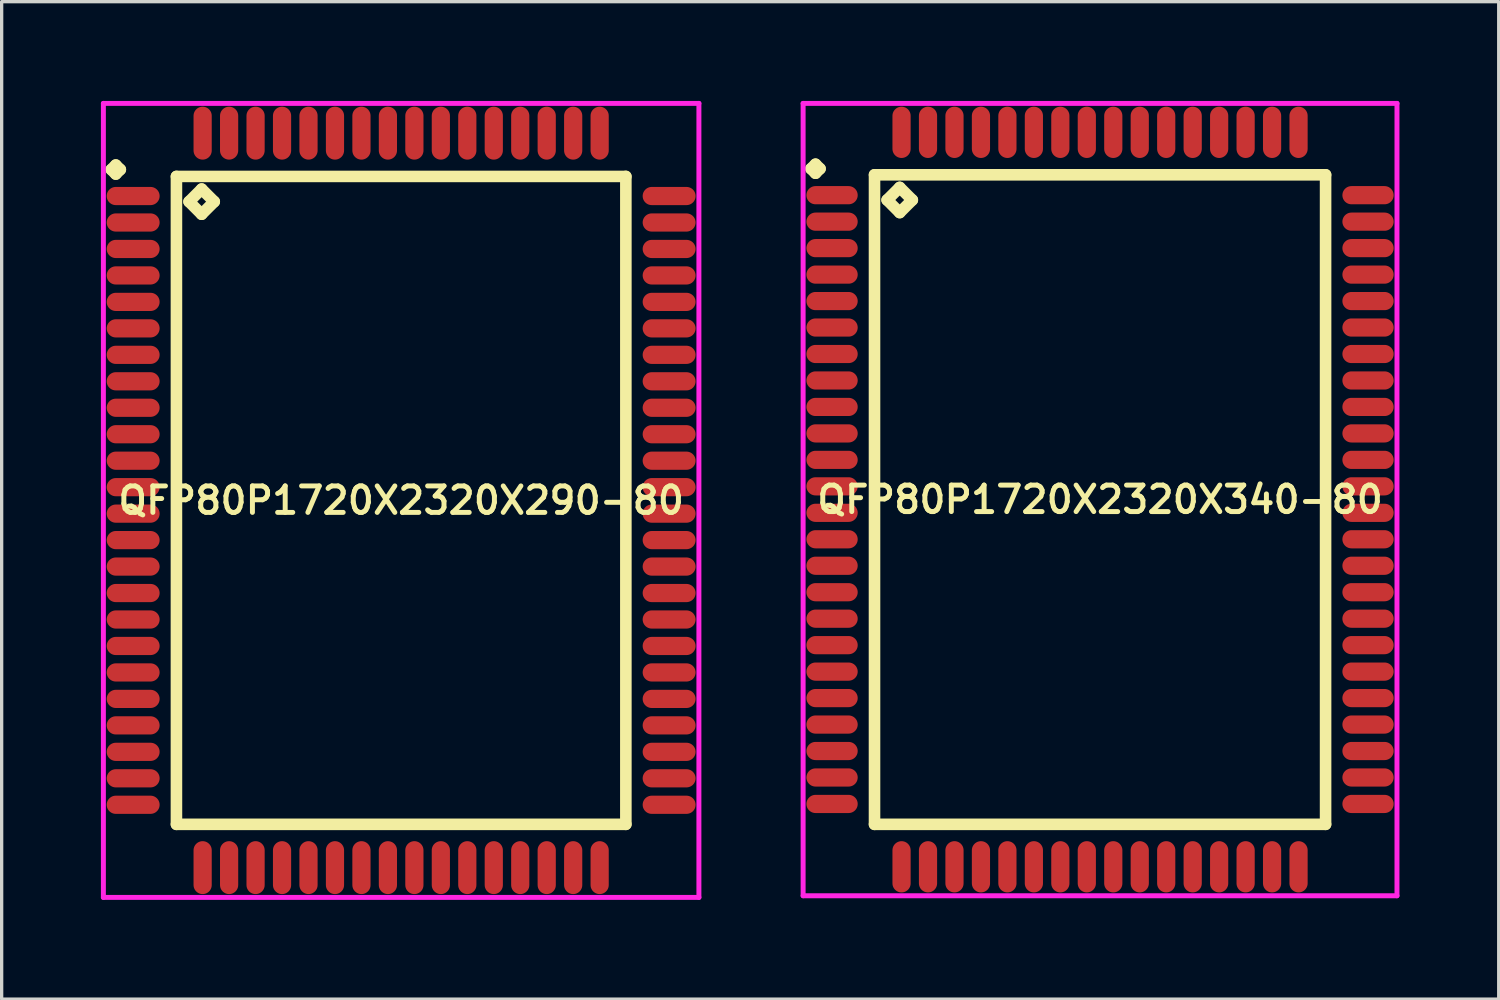
<source format=kicad_pcb>
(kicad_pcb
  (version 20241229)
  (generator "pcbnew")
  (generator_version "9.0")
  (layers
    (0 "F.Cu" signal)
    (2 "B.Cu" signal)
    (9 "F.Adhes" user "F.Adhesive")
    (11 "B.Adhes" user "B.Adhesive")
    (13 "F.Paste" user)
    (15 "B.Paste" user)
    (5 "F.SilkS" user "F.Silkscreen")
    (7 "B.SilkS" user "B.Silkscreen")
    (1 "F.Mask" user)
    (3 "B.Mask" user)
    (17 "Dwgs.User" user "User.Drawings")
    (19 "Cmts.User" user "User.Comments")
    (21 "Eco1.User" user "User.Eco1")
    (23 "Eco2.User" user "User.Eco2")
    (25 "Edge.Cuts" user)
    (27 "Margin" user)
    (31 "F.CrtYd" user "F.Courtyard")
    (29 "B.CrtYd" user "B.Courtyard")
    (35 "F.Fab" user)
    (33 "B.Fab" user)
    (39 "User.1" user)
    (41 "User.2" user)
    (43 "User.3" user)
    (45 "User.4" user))
  (footprint "QFP80P1720X2320X290-80"
    (layer "F.Cu")
    (at 9.075 12.075)
    (property "Reference" "QFP80P1720X2320X290-80" (at 0 0 0) (layer "F.SilkS") (effects (font (size 0.8 0.8) (thickness 0.15))))
    (attr smd)
    (fp_line (start -8.762 -10) (end -8.625 -10.137) (stroke (width 0.35) (type solid)) (layer "F.SilkS"))
    (fp_line (start -8.625 -10.137) (end -8.488 -10) (stroke (width 0.35) (type solid)) (layer "F.SilkS"))
    (fp_line (start -8.625 -9.863) (end -8.762 -10) (stroke (width 0.35) (type solid)) (layer "F.SilkS"))
    (fp_line (start -8.488 -10) (end -8.625 -9.863) (stroke (width 0.35) (type solid)) (layer "F.SilkS"))
    (fp_line (start -6.792 -9.792) (end -6.792 9.792) (stroke (width 0.35) (type solid)) (layer "F.SilkS"))
    (fp_line (start -6.792 9.792) (end 6.792 9.792) (stroke (width 0.35) (type solid)) (layer "F.SilkS"))
    (fp_line (start -6.411 -9.03) (end -6.03 -9.411) (stroke (width 0.35) (type solid)) (layer "F.SilkS"))
    (fp_line (start -6.03 -9.411) (end -5.649 -9.03) (stroke (width 0.35) (type solid)) (layer "F.SilkS"))
    (fp_line (start -6.03 -8.649) (end -6.411 -9.03) (stroke (width 0.35) (type solid)) (layer "F.SilkS"))
    (fp_line (start -5.649 -9.03) (end -6.03 -8.649) (stroke (width 0.35) (type solid)) (layer "F.SilkS"))
    (fp_line (start 6.792 -9.792) (end -6.792 -9.792) (stroke (width 0.35) (type solid)) (layer "F.SilkS"))
    (fp_line (start 6.792 9.792) (end 6.792 -9.792) (stroke (width 0.35) (type solid)) (layer "F.SilkS"))
    (fp_line (start -9 -12) (end 9 -12) (stroke (width 0.15) (type solid)) (layer "F.CrtYd"))
    (fp_line (start -9 12) (end -9 -12) (stroke (width 0.15) (type solid)) (layer "F.CrtYd"))
    (fp_line (start 9 -12) (end 9 12) (stroke (width 0.15) (type solid)) (layer "F.CrtYd"))
    (fp_line (start 9 12) (end -9 12) (stroke (width 0.15) (type solid)) (layer "F.CrtYd"))
    (pad "1" smd oval (at -8.1 -9.2) (size 1.6 0.55) (layers "F.Cu" "F.Mask" "F.Paste"))
    (pad "2" smd oval (at -8.1 -8.4) (size 1.6 0.55) (layers "F.Cu" "F.Mask" "F.Paste"))
    (pad "3" smd oval (at -8.1 -7.6) (size 1.6 0.55) (layers "F.Cu" "F.Mask" "F.Paste"))
    (pad "4" smd oval (at -8.1 -6.8) (size 1.6 0.55) (layers "F.Cu" "F.Mask" "F.Paste"))
    (pad "5" smd oval (at -8.1 -6) (size 1.6 0.55) (layers "F.Cu" "F.Mask" "F.Paste"))
    (pad "6" smd oval (at -8.1 -5.2) (size 1.6 0.55) (layers "F.Cu" "F.Mask" "F.Paste"))
    (pad "7" smd oval (at -8.1 -4.4) (size 1.6 0.55) (layers "F.Cu" "F.Mask" "F.Paste"))
    (pad "8" smd oval (at -8.1 -3.6) (size 1.6 0.55) (layers "F.Cu" "F.Mask" "F.Paste"))
    (pad "9" smd oval (at -8.1 -2.8) (size 1.6 0.55) (layers "F.Cu" "F.Mask" "F.Paste"))
    (pad "10" smd oval (at -8.1 -2) (size 1.6 0.55) (layers "F.Cu" "F.Mask" "F.Paste"))
    (pad "11" smd oval (at -8.1 -1.2) (size 1.6 0.55) (layers "F.Cu" "F.Mask" "F.Paste"))
    (pad "12" smd oval (at -8.1 -0.4) (size 1.6 0.55) (layers "F.Cu" "F.Mask" "F.Paste"))
    (pad "13" smd oval (at -8.1 0.4) (size 1.6 0.55) (layers "F.Cu" "F.Mask" "F.Paste"))
    (pad "14" smd oval (at -8.1 1.2) (size 1.6 0.55) (layers "F.Cu" "F.Mask" "F.Paste"))
    (pad "15" smd oval (at -8.1 2) (size 1.6 0.55) (layers "F.Cu" "F.Mask" "F.Paste"))
    (pad "16" smd oval (at -8.1 2.8) (size 1.6 0.55) (layers "F.Cu" "F.Mask" "F.Paste"))
    (pad "17" smd oval (at -8.1 3.6) (size 1.6 0.55) (layers "F.Cu" "F.Mask" "F.Paste"))
    (pad "18" smd oval (at -8.1 4.4) (size 1.6 0.55) (layers "F.Cu" "F.Mask" "F.Paste"))
    (pad "19" smd oval (at -8.1 5.2) (size 1.6 0.55) (layers "F.Cu" "F.Mask" "F.Paste"))
    (pad "20" smd oval (at -8.1 6) (size 1.6 0.55) (layers "F.Cu" "F.Mask" "F.Paste"))
    (pad "21" smd oval (at -8.1 6.8) (size 1.6 0.55) (layers "F.Cu" "F.Mask" "F.Paste"))
    (pad "22" smd oval (at -8.1 7.6) (size 1.6 0.55) (layers "F.Cu" "F.Mask" "F.Paste"))
    (pad "23" smd oval (at -8.1 8.4) (size 1.6 0.55) (layers "F.Cu" "F.Mask" "F.Paste"))
    (pad "24" smd oval (at -8.1 9.2) (size 1.6 0.55) (layers "F.Cu" "F.Mask" "F.Paste"))
    (pad "25" smd oval (at -6 11.1) (size 0.55 1.6) (layers "F.Cu" "F.Mask" "F.Paste"))
    (pad "26" smd oval (at -5.2 11.1) (size 0.55 1.6) (layers "F.Cu" "F.Mask" "F.Paste"))
    (pad "27" smd oval (at -4.4 11.1) (size 0.55 1.6) (layers "F.Cu" "F.Mask" "F.Paste"))
    (pad "28" smd oval (at -3.6 11.1) (size 0.55 1.6) (layers "F.Cu" "F.Mask" "F.Paste"))
    (pad "29" smd oval (at -2.8 11.1) (size 0.55 1.6) (layers "F.Cu" "F.Mask" "F.Paste"))
    (pad "30" smd oval (at -2 11.1) (size 0.55 1.6) (layers "F.Cu" "F.Mask" "F.Paste"))
    (pad "31" smd oval (at -1.2 11.1) (size 0.55 1.6) (layers "F.Cu" "F.Mask" "F.Paste"))
    (pad "32" smd oval (at -0.4 11.1) (size 0.55 1.6) (layers "F.Cu" "F.Mask" "F.Paste"))
    (pad "33" smd oval (at 0.4 11.1) (size 0.55 1.6) (layers "F.Cu" "F.Mask" "F.Paste"))
    (pad "34" smd oval (at 1.2 11.1) (size 0.55 1.6) (layers "F.Cu" "F.Mask" "F.Paste"))
    (pad "35" smd oval (at 2 11.1) (size 0.55 1.6) (layers "F.Cu" "F.Mask" "F.Paste"))
    (pad "36" smd oval (at 2.8 11.1) (size 0.55 1.6) (layers "F.Cu" "F.Mask" "F.Paste"))
    (pad "37" smd oval (at 3.6 11.1) (size 0.55 1.6) (layers "F.Cu" "F.Mask" "F.Paste"))
    (pad "38" smd oval (at 4.4 11.1) (size 0.55 1.6) (layers "F.Cu" "F.Mask" "F.Paste"))
    (pad "39" smd oval (at 5.2 11.1) (size 0.55 1.6) (layers "F.Cu" "F.Mask" "F.Paste"))
    (pad "40" smd oval (at 6 11.1) (size 0.55 1.6) (layers "F.Cu" "F.Mask" "F.Paste"))
    (pad "41" smd oval (at 8.1 9.2) (size 1.6 0.55) (layers "F.Cu" "F.Mask" "F.Paste"))
    (pad "42" smd oval (at 8.1 8.4) (size 1.6 0.55) (layers "F.Cu" "F.Mask" "F.Paste"))
    (pad "43" smd oval (at 8.1 7.6) (size 1.6 0.55) (layers "F.Cu" "F.Mask" "F.Paste"))
    (pad "44" smd oval (at 8.1 6.8) (size 1.6 0.55) (layers "F.Cu" "F.Mask" "F.Paste"))
    (pad "45" smd oval (at 8.1 6) (size 1.6 0.55) (layers "F.Cu" "F.Mask" "F.Paste"))
    (pad "46" smd oval (at 8.1 5.2) (size 1.6 0.55) (layers "F.Cu" "F.Mask" "F.Paste"))
    (pad "47" smd oval (at 8.1 4.4) (size 1.6 0.55) (layers "F.Cu" "F.Mask" "F.Paste"))
    (pad "48" smd oval (at 8.1 3.6) (size 1.6 0.55) (layers "F.Cu" "F.Mask" "F.Paste"))
    (pad "49" smd oval (at 8.1 2.8) (size 1.6 0.55) (layers "F.Cu" "F.Mask" "F.Paste"))
    (pad "50" smd oval (at 8.1 2) (size 1.6 0.55) (layers "F.Cu" "F.Mask" "F.Paste"))
    (pad "51" smd oval (at 8.1 1.2) (size 1.6 0.55) (layers "F.Cu" "F.Mask" "F.Paste"))
    (pad "52" smd oval (at 8.1 0.4) (size 1.6 0.55) (layers "F.Cu" "F.Mask" "F.Paste"))
    (pad "53" smd oval (at 8.1 -0.4) (size 1.6 0.55) (layers "F.Cu" "F.Mask" "F.Paste"))
    (pad "54" smd oval (at 8.1 -1.2) (size 1.6 0.55) (layers "F.Cu" "F.Mask" "F.Paste"))
    (pad "55" smd oval (at 8.1 -2) (size 1.6 0.55) (layers "F.Cu" "F.Mask" "F.Paste"))
    (pad "56" smd oval (at 8.1 -2.8) (size 1.6 0.55) (layers "F.Cu" "F.Mask" "F.Paste"))
    (pad "57" smd oval (at 8.1 -3.6) (size 1.6 0.55) (layers "F.Cu" "F.Mask" "F.Paste"))
    (pad "58" smd oval (at 8.1 -4.4) (size 1.6 0.55) (layers "F.Cu" "F.Mask" "F.Paste"))
    (pad "59" smd oval (at 8.1 -5.2) (size 1.6 0.55) (layers "F.Cu" "F.Mask" "F.Paste"))
    (pad "60" smd oval (at 8.1 -6) (size 1.6 0.55) (layers "F.Cu" "F.Mask" "F.Paste"))
    (pad "61" smd oval (at 8.1 -6.8) (size 1.6 0.55) (layers "F.Cu" "F.Mask" "F.Paste"))
    (pad "62" smd oval (at 8.1 -7.6) (size 1.6 0.55) (layers "F.Cu" "F.Mask" "F.Paste"))
    (pad "63" smd oval (at 8.1 -8.4) (size 1.6 0.55) (layers "F.Cu" "F.Mask" "F.Paste"))
    (pad "64" smd oval (at 8.1 -9.2) (size 1.6 0.55) (layers "F.Cu" "F.Mask" "F.Paste"))
    (pad "65" smd oval (at 6 -11.1) (size 0.55 1.6) (layers "F.Cu" "F.Mask" "F.Paste"))
    (pad "66" smd oval (at 5.2 -11.1) (size 0.55 1.6) (layers "F.Cu" "F.Mask" "F.Paste"))
    (pad "67" smd oval (at 4.4 -11.1) (size 0.55 1.6) (layers "F.Cu" "F.Mask" "F.Paste"))
    (pad "68" smd oval (at 3.6 -11.1) (size 0.55 1.6) (layers "F.Cu" "F.Mask" "F.Paste"))
    (pad "69" smd oval (at 2.8 -11.1) (size 0.55 1.6) (layers "F.Cu" "F.Mask" "F.Paste"))
    (pad "70" smd oval (at 2 -11.1) (size 0.55 1.6) (layers "F.Cu" "F.Mask" "F.Paste"))
    (pad "71" smd oval (at 1.2 -11.1) (size 0.55 1.6) (layers "F.Cu" "F.Mask" "F.Paste"))
    (pad "72" smd oval (at 0.4 -11.1) (size 0.55 1.6) (layers "F.Cu" "F.Mask" "F.Paste"))
    (pad "73" smd oval (at -0.4 -11.1) (size 0.55 1.6) (layers "F.Cu" "F.Mask" "F.Paste"))
    (pad "74" smd oval (at -1.2 -11.1) (size 0.55 1.6) (layers "F.Cu" "F.Mask" "F.Paste"))
    (pad "75" smd oval (at -2 -11.1) (size 0.55 1.6) (layers "F.Cu" "F.Mask" "F.Paste"))
    (pad "76" smd oval (at -2.8 -11.1) (size 0.55 1.6) (layers "F.Cu" "F.Mask" "F.Paste"))
    (pad "77" smd oval (at -3.6 -11.1) (size 0.55 1.6) (layers "F.Cu" "F.Mask" "F.Paste"))
    (pad "78" smd oval (at -4.4 -11.1) (size 0.55 1.6) (layers "F.Cu" "F.Mask" "F.Paste"))
    (pad "79" smd oval (at -5.2 -11.1) (size 0.55 1.6) (layers "F.Cu" "F.Mask" "F.Paste"))
    (pad "80" smd oval (at -6 -11.1) (size 0.55 1.6) (layers "F.Cu" "F.Mask" "F.Paste")))
  (footprint "QFP80P1720X2320X340-80"
    (layer "F.Cu")
    (at 30.2 12.05)
    (property "Reference" "QFP80P1720X2320X340-80" (at 0 0 0) (layer "F.SilkS") (effects (font (size 0.8 0.8) (thickness 0.15))))
    (attr smd)
    (fp_line (start -8.738 -10) (end -8.6 -10.137) (stroke (width 0.35) (type solid)) (layer "F.SilkS"))
    (fp_line (start -8.6 -10.137) (end -8.463 -10) (stroke (width 0.35) (type solid)) (layer "F.SilkS"))
    (fp_line (start -8.6 -9.863) (end -8.738 -10) (stroke (width 0.35) (type solid)) (layer "F.SilkS"))
    (fp_line (start -8.463 -10) (end -8.6 -9.863) (stroke (width 0.35) (type solid)) (layer "F.SilkS"))
    (fp_line (start -6.817 -9.817) (end -6.817 9.817) (stroke (width 0.35) (type solid)) (layer "F.SilkS"))
    (fp_line (start -6.817 9.817) (end 6.817 9.817) (stroke (width 0.35) (type solid)) (layer "F.SilkS"))
    (fp_line (start -6.436 -9.055) (end -6.055 -9.436) (stroke (width 0.35) (type solid)) (layer "F.SilkS"))
    (fp_line (start -6.055 -9.436) (end -5.674 -9.055) (stroke (width 0.35) (type solid)) (layer "F.SilkS"))
    (fp_line (start -6.055 -8.674) (end -6.436 -9.055) (stroke (width 0.35) (type solid)) (layer "F.SilkS"))
    (fp_line (start -5.674 -9.055) (end -6.055 -8.674) (stroke (width 0.35) (type solid)) (layer "F.SilkS"))
    (fp_line (start 6.817 -9.817) (end -6.817 -9.817) (stroke (width 0.35) (type solid)) (layer "F.SilkS"))
    (fp_line (start 6.817 9.817) (end 6.817 -9.817) (stroke (width 0.35) (type solid)) (layer "F.SilkS"))
    (fp_line (start -8.975 -11.975) (end 8.975 -11.975) (stroke (width 0.15) (type solid)) (layer "F.CrtYd"))
    (fp_line (start -8.975 11.975) (end -8.975 -11.975) (stroke (width 0.15) (type solid)) (layer "F.CrtYd"))
    (fp_line (start 8.975 -11.975) (end 8.975 11.975) (stroke (width 0.15) (type solid)) (layer "F.CrtYd"))
    (fp_line (start 8.975 11.975) (end -8.975 11.975) (stroke (width 0.15) (type solid)) (layer "F.CrtYd"))
    (pad "1" smd oval (at -8.1 -9.2) (size 1.55 0.55) (layers "F.Cu" "F.Mask" "F.Paste"))
    (pad "2" smd oval (at -8.1 -8.4) (size 1.55 0.55) (layers "F.Cu" "F.Mask" "F.Paste"))
    (pad "3" smd oval (at -8.1 -7.6) (size 1.55 0.55) (layers "F.Cu" "F.Mask" "F.Paste"))
    (pad "4" smd oval (at -8.1 -6.8) (size 1.55 0.55) (layers "F.Cu" "F.Mask" "F.Paste"))
    (pad "5" smd oval (at -8.1 -6) (size 1.55 0.55) (layers "F.Cu" "F.Mask" "F.Paste"))
    (pad "6" smd oval (at -8.1 -5.2) (size 1.55 0.55) (layers "F.Cu" "F.Mask" "F.Paste"))
    (pad "7" smd oval (at -8.1 -4.4) (size 1.55 0.55) (layers "F.Cu" "F.Mask" "F.Paste"))
    (pad "8" smd oval (at -8.1 -3.6) (size 1.55 0.55) (layers "F.Cu" "F.Mask" "F.Paste"))
    (pad "9" smd oval (at -8.1 -2.8) (size 1.55 0.55) (layers "F.Cu" "F.Mask" "F.Paste"))
    (pad "10" smd oval (at -8.1 -2) (size 1.55 0.55) (layers "F.Cu" "F.Mask" "F.Paste"))
    (pad "11" smd oval (at -8.1 -1.2) (size 1.55 0.55) (layers "F.Cu" "F.Mask" "F.Paste"))
    (pad "12" smd oval (at -8.1 -0.4) (size 1.55 0.55) (layers "F.Cu" "F.Mask" "F.Paste"))
    (pad "13" smd oval (at -8.1 0.4) (size 1.55 0.55) (layers "F.Cu" "F.Mask" "F.Paste"))
    (pad "14" smd oval (at -8.1 1.2) (size 1.55 0.55) (layers "F.Cu" "F.Mask" "F.Paste"))
    (pad "15" smd oval (at -8.1 2) (size 1.55 0.55) (layers "F.Cu" "F.Mask" "F.Paste"))
    (pad "16" smd oval (at -8.1 2.8) (size 1.55 0.55) (layers "F.Cu" "F.Mask" "F.Paste"))
    (pad "17" smd oval (at -8.1 3.6) (size 1.55 0.55) (layers "F.Cu" "F.Mask" "F.Paste"))
    (pad "18" smd oval (at -8.1 4.4) (size 1.55 0.55) (layers "F.Cu" "F.Mask" "F.Paste"))
    (pad "19" smd oval (at -8.1 5.2) (size 1.55 0.55) (layers "F.Cu" "F.Mask" "F.Paste"))
    (pad "20" smd oval (at -8.1 6) (size 1.55 0.55) (layers "F.Cu" "F.Mask" "F.Paste"))
    (pad "21" smd oval (at -8.1 6.8) (size 1.55 0.55) (layers "F.Cu" "F.Mask" "F.Paste"))
    (pad "22" smd oval (at -8.1 7.6) (size 1.55 0.55) (layers "F.Cu" "F.Mask" "F.Paste"))
    (pad "23" smd oval (at -8.1 8.4) (size 1.55 0.55) (layers "F.Cu" "F.Mask" "F.Paste"))
    (pad "24" smd oval (at -8.1 9.2) (size 1.55 0.55) (layers "F.Cu" "F.Mask" "F.Paste"))
    (pad "25" smd oval (at -6 11.1) (size 0.55 1.55) (layers "F.Cu" "F.Mask" "F.Paste"))
    (pad "26" smd oval (at -5.2 11.1) (size 0.55 1.55) (layers "F.Cu" "F.Mask" "F.Paste"))
    (pad "27" smd oval (at -4.4 11.1) (size 0.55 1.55) (layers "F.Cu" "F.Mask" "F.Paste"))
    (pad "28" smd oval (at -3.6 11.1) (size 0.55 1.55) (layers "F.Cu" "F.Mask" "F.Paste"))
    (pad "29" smd oval (at -2.8 11.1) (size 0.55 1.55) (layers "F.Cu" "F.Mask" "F.Paste"))
    (pad "30" smd oval (at -2 11.1) (size 0.55 1.55) (layers "F.Cu" "F.Mask" "F.Paste"))
    (pad "31" smd oval (at -1.2 11.1) (size 0.55 1.55) (layers "F.Cu" "F.Mask" "F.Paste"))
    (pad "32" smd oval (at -0.4 11.1) (size 0.55 1.55) (layers "F.Cu" "F.Mask" "F.Paste"))
    (pad "33" smd oval (at 0.4 11.1) (size 0.55 1.55) (layers "F.Cu" "F.Mask" "F.Paste"))
    (pad "34" smd oval (at 1.2 11.1) (size 0.55 1.55) (layers "F.Cu" "F.Mask" "F.Paste"))
    (pad "35" smd oval (at 2 11.1) (size 0.55 1.55) (layers "F.Cu" "F.Mask" "F.Paste"))
    (pad "36" smd oval (at 2.8 11.1) (size 0.55 1.55) (layers "F.Cu" "F.Mask" "F.Paste"))
    (pad "37" smd oval (at 3.6 11.1) (size 0.55 1.55) (layers "F.Cu" "F.Mask" "F.Paste"))
    (pad "38" smd oval (at 4.4 11.1) (size 0.55 1.55) (layers "F.Cu" "F.Mask" "F.Paste"))
    (pad "39" smd oval (at 5.2 11.1) (size 0.55 1.55) (layers "F.Cu" "F.Mask" "F.Paste"))
    (pad "40" smd oval (at 6 11.1) (size 0.55 1.55) (layers "F.Cu" "F.Mask" "F.Paste"))
    (pad "41" smd oval (at 8.1 9.2) (size 1.55 0.55) (layers "F.Cu" "F.Mask" "F.Paste"))
    (pad "42" smd oval (at 8.1 8.4) (size 1.55 0.55) (layers "F.Cu" "F.Mask" "F.Paste"))
    (pad "43" smd oval (at 8.1 7.6) (size 1.55 0.55) (layers "F.Cu" "F.Mask" "F.Paste"))
    (pad "44" smd oval (at 8.1 6.8) (size 1.55 0.55) (layers "F.Cu" "F.Mask" "F.Paste"))
    (pad "45" smd oval (at 8.1 6) (size 1.55 0.55) (layers "F.Cu" "F.Mask" "F.Paste"))
    (pad "46" smd oval (at 8.1 5.2) (size 1.55 0.55) (layers "F.Cu" "F.Mask" "F.Paste"))
    (pad "47" smd oval (at 8.1 4.4) (size 1.55 0.55) (layers "F.Cu" "F.Mask" "F.Paste"))
    (pad "48" smd oval (at 8.1 3.6) (size 1.55 0.55) (layers "F.Cu" "F.Mask" "F.Paste"))
    (pad "49" smd oval (at 8.1 2.8) (size 1.55 0.55) (layers "F.Cu" "F.Mask" "F.Paste"))
    (pad "50" smd oval (at 8.1 2) (size 1.55 0.55) (layers "F.Cu" "F.Mask" "F.Paste"))
    (pad "51" smd oval (at 8.1 1.2) (size 1.55 0.55) (layers "F.Cu" "F.Mask" "F.Paste"))
    (pad "52" smd oval (at 8.1 0.4) (size 1.55 0.55) (layers "F.Cu" "F.Mask" "F.Paste"))
    (pad "53" smd oval (at 8.1 -0.4) (size 1.55 0.55) (layers "F.Cu" "F.Mask" "F.Paste"))
    (pad "54" smd oval (at 8.1 -1.2) (size 1.55 0.55) (layers "F.Cu" "F.Mask" "F.Paste"))
    (pad "55" smd oval (at 8.1 -2) (size 1.55 0.55) (layers "F.Cu" "F.Mask" "F.Paste"))
    (pad "56" smd oval (at 8.1 -2.8) (size 1.55 0.55) (layers "F.Cu" "F.Mask" "F.Paste"))
    (pad "57" smd oval (at 8.1 -3.6) (size 1.55 0.55) (layers "F.Cu" "F.Mask" "F.Paste"))
    (pad "58" smd oval (at 8.1 -4.4) (size 1.55 0.55) (layers "F.Cu" "F.Mask" "F.Paste"))
    (pad "59" smd oval (at 8.1 -5.2) (size 1.55 0.55) (layers "F.Cu" "F.Mask" "F.Paste"))
    (pad "60" smd oval (at 8.1 -6) (size 1.55 0.55) (layers "F.Cu" "F.Mask" "F.Paste"))
    (pad "61" smd oval (at 8.1 -6.8) (size 1.55 0.55) (layers "F.Cu" "F.Mask" "F.Paste"))
    (pad "62" smd oval (at 8.1 -7.6) (size 1.55 0.55) (layers "F.Cu" "F.Mask" "F.Paste"))
    (pad "63" smd oval (at 8.1 -8.4) (size 1.55 0.55) (layers "F.Cu" "F.Mask" "F.Paste"))
    (pad "64" smd oval (at 8.1 -9.2) (size 1.55 0.55) (layers "F.Cu" "F.Mask" "F.Paste"))
    (pad "65" smd oval (at 6 -11.1) (size 0.55 1.55) (layers "F.Cu" "F.Mask" "F.Paste"))
    (pad "66" smd oval (at 5.2 -11.1) (size 0.55 1.55) (layers "F.Cu" "F.Mask" "F.Paste"))
    (pad "67" smd oval (at 4.4 -11.1) (size 0.55 1.55) (layers "F.Cu" "F.Mask" "F.Paste"))
    (pad "68" smd oval (at 3.6 -11.1) (size 0.55 1.55) (layers "F.Cu" "F.Mask" "F.Paste"))
    (pad "69" smd oval (at 2.8 -11.1) (size 0.55 1.55) (layers "F.Cu" "F.Mask" "F.Paste"))
    (pad "70" smd oval (at 2 -11.1) (size 0.55 1.55) (layers "F.Cu" "F.Mask" "F.Paste"))
    (pad "71" smd oval (at 1.2 -11.1) (size 0.55 1.55) (layers "F.Cu" "F.Mask" "F.Paste"))
    (pad "72" smd oval (at 0.4 -11.1) (size 0.55 1.55) (layers "F.Cu" "F.Mask" "F.Paste"))
    (pad "73" smd oval (at -0.4 -11.1) (size 0.55 1.55) (layers "F.Cu" "F.Mask" "F.Paste"))
    (pad "74" smd oval (at -1.2 -11.1) (size 0.55 1.55) (layers "F.Cu" "F.Mask" "F.Paste"))
    (pad "75" smd oval (at -2 -11.1) (size 0.55 1.55) (layers "F.Cu" "F.Mask" "F.Paste"))
    (pad "76" smd oval (at -2.8 -11.1) (size 0.55 1.55) (layers "F.Cu" "F.Mask" "F.Paste"))
    (pad "77" smd oval (at -3.6 -11.1) (size 0.55 1.55) (layers "F.Cu" "F.Mask" "F.Paste"))
    (pad "78" smd oval (at -4.4 -11.1) (size 0.55 1.55) (layers "F.Cu" "F.Mask" "F.Paste"))
    (pad "79" smd oval (at -5.2 -11.1) (size 0.55 1.55) (layers "F.Cu" "F.Mask" "F.Paste"))
    (pad "80" smd oval (at -6 -11.1) (size 0.55 1.55) (layers "F.Cu" "F.Mask" "F.Paste")))
  (gr_rect
    (start -3 -3)
    (end 42.25 27.15)
    (stroke (width 0.1) (type default))
    (fill no)
    (layer "Edge.Cuts")))
</source>
